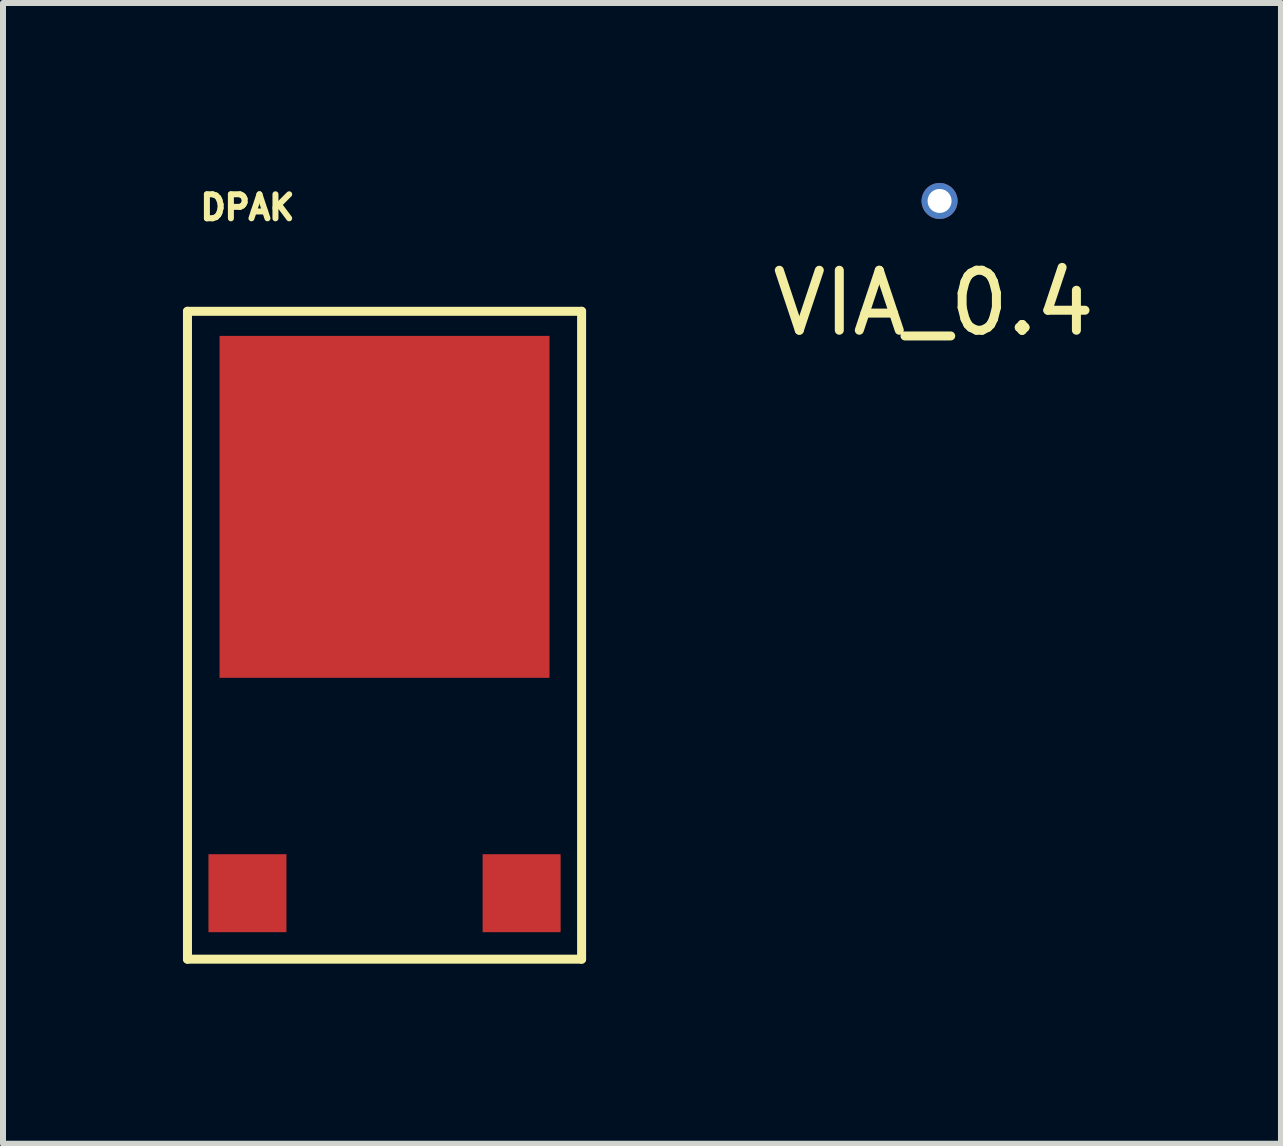
<source format=kicad_pcb>
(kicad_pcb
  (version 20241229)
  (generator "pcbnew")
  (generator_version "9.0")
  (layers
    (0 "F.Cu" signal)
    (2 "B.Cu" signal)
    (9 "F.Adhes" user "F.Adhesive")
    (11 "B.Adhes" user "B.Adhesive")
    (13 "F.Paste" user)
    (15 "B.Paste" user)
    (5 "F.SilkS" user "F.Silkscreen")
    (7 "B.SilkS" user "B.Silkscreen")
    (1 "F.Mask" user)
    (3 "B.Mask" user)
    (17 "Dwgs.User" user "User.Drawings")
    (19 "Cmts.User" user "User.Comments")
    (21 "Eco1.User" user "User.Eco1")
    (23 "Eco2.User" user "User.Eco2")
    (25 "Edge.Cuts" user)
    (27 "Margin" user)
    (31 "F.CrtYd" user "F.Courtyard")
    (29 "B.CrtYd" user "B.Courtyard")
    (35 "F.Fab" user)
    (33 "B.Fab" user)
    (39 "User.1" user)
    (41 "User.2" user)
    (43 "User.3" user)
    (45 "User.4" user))
  (footprint "DPAK"
    (layer "F.Cu")
    (at 1.075 11.839)
    (property "Reference" "DPAK" (at 0 -11.43 0) (layer "F.SilkS") (effects (font (size 0.4 0.4) (thickness 0.1))))
    (attr through_hole)
    (fp_line (start -1 -9.7) (end 5.57 -9.7) (stroke (width 0.15) (type solid)) (layer "F.SilkS"))
    (fp_line (start -1 1.1) (end -1 -9.7) (stroke (width 0.15) (type solid)) (layer "F.SilkS"))
    (fp_line (start -1 1.1) (end 5.57 1.1) (stroke (width 0.15) (type solid)) (layer "F.SilkS"))
    (fp_line (start 5.57 1.1) (end 5.57 -9.7) (stroke (width 0.15) (type solid)) (layer "F.SilkS"))
    (pad "1" smd rect (at 0 0) (size 1.3 1.3) (layers "F.Cu" "F.Mask" "F.Paste"))
    (pad "2" smd rect (at 2.285 -6.44) (size 5.5 5.7) (layers "F.Cu" "F.Mask" "F.Paste"))
    (pad "3" smd rect (at 4.57 0) (size 1.3 1.3) (layers "F.Cu" "F.Mask" "F.Paste")))
  (footprint "VIA_0.4"
    (layer "F.Cu")
    (at 12.612 0.3)
    (property "Reference" "VIA_0.4" (at -0.1 1.7 0) (layer "F.SilkS") (effects (font (size 1 1) (thickness 0.15))))
    (attr through_hole)
    (pad "1" thru_hole circle (at 0 0) (size 0.6 0.6) (drill 0.4) (layers "*.Cu")))
  (gr_rect
    (start -3 -3)
    (end 18.303 16.015)
    (stroke (width 0.1) (type default))
    (fill no)
    (layer "Edge.Cuts")))
</source>
